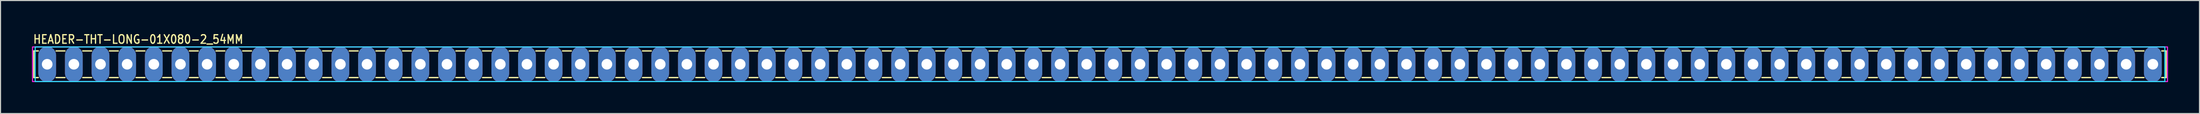
<source format=kicad_pcb>
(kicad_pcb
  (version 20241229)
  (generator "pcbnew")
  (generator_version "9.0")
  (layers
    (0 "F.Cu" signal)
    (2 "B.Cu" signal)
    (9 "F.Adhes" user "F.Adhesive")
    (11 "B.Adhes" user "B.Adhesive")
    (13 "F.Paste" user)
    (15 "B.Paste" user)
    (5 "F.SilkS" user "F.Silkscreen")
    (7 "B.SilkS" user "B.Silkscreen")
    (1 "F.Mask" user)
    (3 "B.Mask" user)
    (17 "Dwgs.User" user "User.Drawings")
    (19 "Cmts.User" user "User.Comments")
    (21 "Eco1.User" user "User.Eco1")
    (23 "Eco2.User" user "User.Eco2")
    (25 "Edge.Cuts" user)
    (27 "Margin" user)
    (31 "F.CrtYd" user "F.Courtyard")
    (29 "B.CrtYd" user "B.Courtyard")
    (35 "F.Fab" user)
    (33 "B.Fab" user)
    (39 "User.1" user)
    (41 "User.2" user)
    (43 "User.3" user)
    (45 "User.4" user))
  (footprint "HEADER-THT-LONG-01X080-2_54MM"
    (layer "F.Cu")
    (at 1.447 3.079)
    (property "Reference" "HEADER-THT-LONG-01X080-2_54MM" (at -1.4 -1.9 0) (unlocked yes) (layer "F.SilkS") (effects (font (size 0.813 0.695) (thickness 0.122)) (justify left bottom)))
    (fp_line (start -1.27 -1.27) (end -1.27 1.27) (stroke (width 0.127) (type solid)) (layer "F.SilkS"))
    (fp_line (start -1.27 1.27) (end -0.85 1.27) (stroke (width 0.127) (type solid)) (layer "F.SilkS"))
    (fp_line (start -0.85 -1.27) (end -1.27 -1.27) (stroke (width 0.127) (type solid)) (layer "F.SilkS"))
    (fp_line (start 0.85 -1.27) (end 1.69 -1.27) (stroke (width 0.127) (type solid)) (layer "F.SilkS"))
    (fp_line (start 0.85 1.27) (end 1.69 1.27) (stroke (width 0.127) (type solid)) (layer "F.SilkS"))
    (fp_line (start 3.39 -1.27) (end 4.23 -1.27) (stroke (width 0.127) (type solid)) (layer "F.SilkS"))
    (fp_line (start 3.39 1.27) (end 4.23 1.27) (stroke (width 0.127) (type solid)) (layer "F.SilkS"))
    (fp_line (start 5.93 -1.27) (end 6.77 -1.27) (stroke (width 0.127) (type solid)) (layer "F.SilkS"))
    (fp_line (start 5.93 1.27) (end 6.77 1.27) (stroke (width 0.127) (type solid)) (layer "F.SilkS"))
    (fp_line (start 8.47 -1.27) (end 9.31 -1.27) (stroke (width 0.127) (type solid)) (layer "F.SilkS"))
    (fp_line (start 8.47 1.27) (end 9.31 1.27) (stroke (width 0.127) (type solid)) (layer "F.SilkS"))
    (fp_line (start 11.01 -1.27) (end 11.85 -1.27) (stroke (width 0.127) (type solid)) (layer "F.SilkS"))
    (fp_line (start 11.01 1.27) (end 11.85 1.27) (stroke (width 0.127) (type solid)) (layer "F.SilkS"))
    (fp_line (start 13.55 -1.27) (end 14.39 -1.27) (stroke (width 0.127) (type solid)) (layer "F.SilkS"))
    (fp_line (start 13.55 1.27) (end 14.39 1.27) (stroke (width 0.127) (type solid)) (layer "F.SilkS"))
    (fp_line (start 16.09 -1.27) (end 16.93 -1.27) (stroke (width 0.127) (type solid)) (layer "F.SilkS"))
    (fp_line (start 16.09 1.27) (end 16.93 1.27) (stroke (width 0.127) (type solid)) (layer "F.SilkS"))
    (fp_line (start 18.63 -1.27) (end 19.47 -1.27) (stroke (width 0.127) (type solid)) (layer "F.SilkS"))
    (fp_line (start 18.63 1.27) (end 19.47 1.27) (stroke (width 0.127) (type solid)) (layer "F.SilkS"))
    (fp_line (start 21.17 -1.27) (end 22.01 -1.27) (stroke (width 0.127) (type solid)) (layer "F.SilkS"))
    (fp_line (start 21.17 1.27) (end 22.01 1.27) (stroke (width 0.127) (type solid)) (layer "F.SilkS"))
    (fp_line (start 23.71 -1.27) (end 24.55 -1.27) (stroke (width 0.127) (type solid)) (layer "F.SilkS"))
    (fp_line (start 23.71 1.27) (end 24.55 1.27) (stroke (width 0.127) (type solid)) (layer "F.SilkS"))
    (fp_line (start 26.25 -1.27) (end 27.09 -1.27) (stroke (width 0.127) (type solid)) (layer "F.SilkS"))
    (fp_line (start 26.25 1.27) (end 27.09 1.27) (stroke (width 0.127) (type solid)) (layer "F.SilkS"))
    (fp_line (start 28.79 -1.27) (end 29.63 -1.27) (stroke (width 0.127) (type solid)) (layer "F.SilkS"))
    (fp_line (start 28.79 1.27) (end 29.63 1.27) (stroke (width 0.127) (type solid)) (layer "F.SilkS"))
    (fp_line (start 31.33 -1.27) (end 32.17 -1.27) (stroke (width 0.127) (type solid)) (layer "F.SilkS"))
    (fp_line (start 31.33 1.27) (end 32.17 1.27) (stroke (width 0.127) (type solid)) (layer "F.SilkS"))
    (fp_line (start 33.87 -1.27) (end 34.71 -1.27) (stroke (width 0.127) (type solid)) (layer "F.SilkS"))
    (fp_line (start 33.87 1.27) (end 34.71 1.27) (stroke (width 0.127) (type solid)) (layer "F.SilkS"))
    (fp_line (start 36.41 -1.27) (end 37.25 -1.27) (stroke (width 0.127) (type solid)) (layer "F.SilkS"))
    (fp_line (start 36.41 1.27) (end 37.25 1.27) (stroke (width 0.127) (type solid)) (layer "F.SilkS"))
    (fp_line (start 38.95 -1.27) (end 39.79 -1.27) (stroke (width 0.127) (type solid)) (layer "F.SilkS"))
    (fp_line (start 38.95 1.27) (end 39.79 1.27) (stroke (width 0.127) (type solid)) (layer "F.SilkS"))
    (fp_line (start 41.49 -1.27) (end 42.33 -1.27) (stroke (width 0.127) (type solid)) (layer "F.SilkS"))
    (fp_line (start 41.49 1.27) (end 42.33 1.27) (stroke (width 0.127) (type solid)) (layer "F.SilkS"))
    (fp_line (start 44.03 -1.27) (end 44.87 -1.27) (stroke (width 0.127) (type solid)) (layer "F.SilkS"))
    (fp_line (start 44.03 1.27) (end 44.87 1.27) (stroke (width 0.127) (type solid)) (layer "F.SilkS"))
    (fp_line (start 46.57 -1.27) (end 47.41 -1.27) (stroke (width 0.127) (type solid)) (layer "F.SilkS"))
    (fp_line (start 46.57 1.27) (end 47.41 1.27) (stroke (width 0.127) (type solid)) (layer "F.SilkS"))
    (fp_line (start 49.11 -1.27) (end 49.95 -1.27) (stroke (width 0.127) (type solid)) (layer "F.SilkS"))
    (fp_line (start 49.11 1.27) (end 49.95 1.27) (stroke (width 0.127) (type solid)) (layer "F.SilkS"))
    (fp_line (start 51.65 -1.27) (end 52.49 -1.27) (stroke (width 0.127) (type solid)) (layer "F.SilkS"))
    (fp_line (start 51.65 1.27) (end 52.49 1.27) (stroke (width 0.127) (type solid)) (layer "F.SilkS"))
    (fp_line (start 54.19 -1.27) (end 55.03 -1.27) (stroke (width 0.127) (type solid)) (layer "F.SilkS"))
    (fp_line (start 54.19 1.27) (end 55.03 1.27) (stroke (width 0.127) (type solid)) (layer "F.SilkS"))
    (fp_line (start 56.73 -1.27) (end 57.57 -1.27) (stroke (width 0.127) (type solid)) (layer "F.SilkS"))
    (fp_line (start 56.73 1.27) (end 57.57 1.27) (stroke (width 0.127) (type solid)) (layer "F.SilkS"))
    (fp_line (start 59.27 -1.27) (end 60.11 -1.27) (stroke (width 0.127) (type solid)) (layer "F.SilkS"))
    (fp_line (start 59.27 1.27) (end 60.11 1.27) (stroke (width 0.127) (type solid)) (layer "F.SilkS"))
    (fp_line (start 61.81 -1.27) (end 62.65 -1.27) (stroke (width 0.127) (type solid)) (layer "F.SilkS"))
    (fp_line (start 61.81 1.27) (end 62.65 1.27) (stroke (width 0.127) (type solid)) (layer "F.SilkS"))
    (fp_line (start 64.35 -1.27) (end 65.19 -1.27) (stroke (width 0.127) (type solid)) (layer "F.SilkS"))
    (fp_line (start 64.35 1.27) (end 65.19 1.27) (stroke (width 0.127) (type solid)) (layer "F.SilkS"))
    (fp_line (start 66.89 -1.27) (end 67.73 -1.27) (stroke (width 0.127) (type solid)) (layer "F.SilkS"))
    (fp_line (start 66.89 1.27) (end 67.73 1.27) (stroke (width 0.127) (type solid)) (layer "F.SilkS"))
    (fp_line (start 69.43 -1.27) (end 70.27 -1.27) (stroke (width 0.127) (type solid)) (layer "F.SilkS"))
    (fp_line (start 69.43 1.27) (end 70.27 1.27) (stroke (width 0.127) (type solid)) (layer "F.SilkS"))
    (fp_line (start 71.97 -1.27) (end 72.81 -1.27) (stroke (width 0.127) (type solid)) (layer "F.SilkS"))
    (fp_line (start 71.97 1.27) (end 72.81 1.27) (stroke (width 0.127) (type solid)) (layer "F.SilkS"))
    (fp_line (start 74.51 -1.27) (end 75.35 -1.27) (stroke (width 0.127) (type solid)) (layer "F.SilkS"))
    (fp_line (start 74.51 1.27) (end 75.35 1.27) (stroke (width 0.127) (type solid)) (layer "F.SilkS"))
    (fp_line (start 77.05 -1.27) (end 77.89 -1.27) (stroke (width 0.127) (type solid)) (layer "F.SilkS"))
    (fp_line (start 77.05 1.27) (end 77.89 1.27) (stroke (width 0.127) (type solid)) (layer "F.SilkS"))
    (fp_line (start 79.59 -1.27) (end 80.43 -1.27) (stroke (width 0.127) (type solid)) (layer "F.SilkS"))
    (fp_line (start 79.59 1.27) (end 80.43 1.27) (stroke (width 0.127) (type solid)) (layer "F.SilkS"))
    (fp_line (start 82.13 -1.27) (end 82.97 -1.27) (stroke (width 0.127) (type solid)) (layer "F.SilkS"))
    (fp_line (start 82.13 1.27) (end 82.97 1.27) (stroke (width 0.127) (type solid)) (layer "F.SilkS"))
    (fp_line (start 84.67 -1.27) (end 85.51 -1.27) (stroke (width 0.127) (type solid)) (layer "F.SilkS"))
    (fp_line (start 84.67 1.27) (end 85.51 1.27) (stroke (width 0.127) (type solid)) (layer "F.SilkS"))
    (fp_line (start 87.21 -1.27) (end 88.05 -1.27) (stroke (width 0.127) (type solid)) (layer "F.SilkS"))
    (fp_line (start 87.21 1.27) (end 88.05 1.27) (stroke (width 0.127) (type solid)) (layer "F.SilkS"))
    (fp_line (start 89.75 -1.27) (end 90.59 -1.27) (stroke (width 0.127) (type solid)) (layer "F.SilkS"))
    (fp_line (start 89.75 1.27) (end 90.59 1.27) (stroke (width 0.127) (type solid)) (layer "F.SilkS"))
    (fp_line (start 92.29 -1.27) (end 93.13 -1.27) (stroke (width 0.127) (type solid)) (layer "F.SilkS"))
    (fp_line (start 92.29 1.27) (end 93.13 1.27) (stroke (width 0.127) (type solid)) (layer "F.SilkS"))
    (fp_line (start 94.83 -1.27) (end 95.67 -1.27) (stroke (width 0.127) (type solid)) (layer "F.SilkS"))
    (fp_line (start 94.83 1.27) (end 95.67 1.27) (stroke (width 0.127) (type solid)) (layer "F.SilkS"))
    (fp_line (start 97.37 -1.27) (end 98.21 -1.27) (stroke (width 0.127) (type solid)) (layer "F.SilkS"))
    (fp_line (start 97.37 1.27) (end 98.21 1.27) (stroke (width 0.127) (type solid)) (layer "F.SilkS"))
    (fp_line (start 99.91 -1.27) (end 100.75 -1.27) (stroke (width 0.127) (type solid)) (layer "F.SilkS"))
    (fp_line (start 99.91 1.27) (end 100.75 1.27) (stroke (width 0.127) (type solid)) (layer "F.SilkS"))
    (fp_line (start 102.45 -1.27) (end 103.29 -1.27) (stroke (width 0.127) (type solid)) (layer "F.SilkS"))
    (fp_line (start 102.45 1.27) (end 103.29 1.27) (stroke (width 0.127) (type solid)) (layer "F.SilkS"))
    (fp_line (start 104.99 -1.27) (end 105.83 -1.27) (stroke (width 0.127) (type solid)) (layer "F.SilkS"))
    (fp_line (start 104.99 1.27) (end 105.83 1.27) (stroke (width 0.127) (type solid)) (layer "F.SilkS"))
    (fp_line (start 107.53 -1.27) (end 108.37 -1.27) (stroke (width 0.127) (type solid)) (layer "F.SilkS"))
    (fp_line (start 107.53 1.27) (end 108.37 1.27) (stroke (width 0.127) (type solid)) (layer "F.SilkS"))
    (fp_line (start 110.07 -1.27) (end 110.91 -1.27) (stroke (width 0.127) (type solid)) (layer "F.SilkS"))
    (fp_line (start 110.07 1.27) (end 110.91 1.27) (stroke (width 0.127) (type solid)) (layer "F.SilkS"))
    (fp_line (start 112.61 -1.27) (end 113.45 -1.27) (stroke (width 0.127) (type solid)) (layer "F.SilkS"))
    (fp_line (start 112.61 1.27) (end 113.45 1.27) (stroke (width 0.127) (type solid)) (layer "F.SilkS"))
    (fp_line (start 115.15 -1.27) (end 115.99 -1.27) (stroke (width 0.127) (type solid)) (layer "F.SilkS"))
    (fp_line (start 115.15 1.27) (end 115.99 1.27) (stroke (width 0.127) (type solid)) (layer "F.SilkS"))
    (fp_line (start 117.69 -1.27) (end 118.53 -1.27) (stroke (width 0.127) (type solid)) (layer "F.SilkS"))
    (fp_line (start 117.69 1.27) (end 118.53 1.27) (stroke (width 0.127) (type solid)) (layer "F.SilkS"))
    (fp_line (start 120.23 -1.27) (end 121.07 -1.27) (stroke (width 0.127) (type solid)) (layer "F.SilkS"))
    (fp_line (start 120.23 1.27) (end 121.07 1.27) (stroke (width 0.127) (type solid)) (layer "F.SilkS"))
    (fp_line (start 122.77 -1.27) (end 123.61 -1.27) (stroke (width 0.127) (type solid)) (layer "F.SilkS"))
    (fp_line (start 122.77 1.27) (end 123.61 1.27) (stroke (width 0.127) (type solid)) (layer "F.SilkS"))
    (fp_line (start 125.31 -1.27) (end 126.15 -1.27) (stroke (width 0.127) (type solid)) (layer "F.SilkS"))
    (fp_line (start 125.31 1.27) (end 126.15 1.27) (stroke (width 0.127) (type solid)) (layer "F.SilkS"))
    (fp_line (start 127.85 -1.27) (end 128.69 -1.27) (stroke (width 0.127) (type solid)) (layer "F.SilkS"))
    (fp_line (start 127.85 1.27) (end 128.69 1.27) (stroke (width 0.127) (type solid)) (layer "F.SilkS"))
    (fp_line (start 130.39 -1.27) (end 131.23 -1.27) (stroke (width 0.127) (type solid)) (layer "F.SilkS"))
    (fp_line (start 130.39 1.27) (end 131.23 1.27) (stroke (width 0.127) (type solid)) (layer "F.SilkS"))
    (fp_line (start 132.93 -1.27) (end 133.77 -1.27) (stroke (width 0.127) (type solid)) (layer "F.SilkS"))
    (fp_line (start 132.93 1.27) (end 133.77 1.27) (stroke (width 0.127) (type solid)) (layer "F.SilkS"))
    (fp_line (start 135.47 -1.27) (end 136.31 -1.27) (stroke (width 0.127) (type solid)) (layer "F.SilkS"))
    (fp_line (start 135.47 1.27) (end 136.31 1.27) (stroke (width 0.127) (type solid)) (layer "F.SilkS"))
    (fp_line (start 138.01 -1.27) (end 138.85 -1.27) (stroke (width 0.127) (type solid)) (layer "F.SilkS"))
    (fp_line (start 138.01 1.27) (end 138.85 1.27) (stroke (width 0.127) (type solid)) (layer "F.SilkS"))
    (fp_line (start 140.55 -1.27) (end 141.39 -1.27) (stroke (width 0.127) (type solid)) (layer "F.SilkS"))
    (fp_line (start 140.55 1.27) (end 141.39 1.27) (stroke (width 0.127) (type solid)) (layer "F.SilkS"))
    (fp_line (start 143.09 -1.27) (end 143.93 -1.27) (stroke (width 0.127) (type solid)) (layer "F.SilkS"))
    (fp_line (start 143.09 1.27) (end 143.93 1.27) (stroke (width 0.127) (type solid)) (layer "F.SilkS"))
    (fp_line (start 145.63 -1.27) (end 146.47 -1.27) (stroke (width 0.127) (type solid)) (layer "F.SilkS"))
    (fp_line (start 145.63 1.27) (end 146.47 1.27) (stroke (width 0.127) (type solid)) (layer "F.SilkS"))
    (fp_line (start 148.17 -1.27) (end 149.01 -1.27) (stroke (width 0.127) (type solid)) (layer "F.SilkS"))
    (fp_line (start 148.17 1.27) (end 149.01 1.27) (stroke (width 0.127) (type solid)) (layer "F.SilkS"))
    (fp_line (start 150.71 -1.27) (end 151.55 -1.27) (stroke (width 0.127) (type solid)) (layer "F.SilkS"))
    (fp_line (start 150.71 1.27) (end 151.55 1.27) (stroke (width 0.127) (type solid)) (layer "F.SilkS"))
    (fp_line (start 153.25 -1.27) (end 154.09 -1.27) (stroke (width 0.127) (type solid)) (layer "F.SilkS"))
    (fp_line (start 153.25 1.27) (end 154.09 1.27) (stroke (width 0.127) (type solid)) (layer "F.SilkS"))
    (fp_line (start 155.79 -1.27) (end 156.63 -1.27) (stroke (width 0.127) (type solid)) (layer "F.SilkS"))
    (fp_line (start 155.79 1.27) (end 156.63 1.27) (stroke (width 0.127) (type solid)) (layer "F.SilkS"))
    (fp_line (start 158.33 -1.27) (end 159.17 -1.27) (stroke (width 0.127) (type solid)) (layer "F.SilkS"))
    (fp_line (start 158.33 1.27) (end 159.17 1.27) (stroke (width 0.127) (type solid)) (layer "F.SilkS"))
    (fp_line (start 160.87 -1.27) (end 161.71 -1.27) (stroke (width 0.127) (type solid)) (layer "F.SilkS"))
    (fp_line (start 160.87 1.27) (end 161.71 1.27) (stroke (width 0.127) (type solid)) (layer "F.SilkS"))
    (fp_line (start 163.41 -1.27) (end 164.25 -1.27) (stroke (width 0.127) (type solid)) (layer "F.SilkS"))
    (fp_line (start 163.41 1.27) (end 164.25 1.27) (stroke (width 0.127) (type solid)) (layer "F.SilkS"))
    (fp_line (start 165.95 -1.27) (end 166.79 -1.27) (stroke (width 0.127) (type solid)) (layer "F.SilkS"))
    (fp_line (start 165.95 1.27) (end 166.79 1.27) (stroke (width 0.127) (type solid)) (layer "F.SilkS"))
    (fp_line (start 168.49 -1.27) (end 169.33 -1.27) (stroke (width 0.127) (type solid)) (layer "F.SilkS"))
    (fp_line (start 168.49 1.27) (end 169.33 1.27) (stroke (width 0.127) (type solid)) (layer "F.SilkS"))
    (fp_line (start 171.03 -1.27) (end 171.87 -1.27) (stroke (width 0.127) (type solid)) (layer "F.SilkS"))
    (fp_line (start 171.03 1.27) (end 171.87 1.27) (stroke (width 0.127) (type solid)) (layer "F.SilkS"))
    (fp_line (start 173.57 -1.27) (end 174.41 -1.27) (stroke (width 0.127) (type solid)) (layer "F.SilkS"))
    (fp_line (start 173.57 1.27) (end 174.41 1.27) (stroke (width 0.127) (type solid)) (layer "F.SilkS"))
    (fp_line (start 176.11 -1.27) (end 176.95 -1.27) (stroke (width 0.127) (type solid)) (layer "F.SilkS"))
    (fp_line (start 176.11 1.27) (end 176.95 1.27) (stroke (width 0.127) (type solid)) (layer "F.SilkS"))
    (fp_line (start 178.65 -1.27) (end 179.49 -1.27) (stroke (width 0.127) (type solid)) (layer "F.SilkS"))
    (fp_line (start 178.65 1.27) (end 179.49 1.27) (stroke (width 0.127) (type solid)) (layer "F.SilkS"))
    (fp_line (start 181.19 -1.27) (end 182.03 -1.27) (stroke (width 0.127) (type solid)) (layer "F.SilkS"))
    (fp_line (start 181.19 1.27) (end 182.03 1.27) (stroke (width 0.127) (type solid)) (layer "F.SilkS"))
    (fp_line (start 183.73 -1.27) (end 184.57 -1.27) (stroke (width 0.127) (type solid)) (layer "F.SilkS"))
    (fp_line (start 183.73 1.27) (end 184.57 1.27) (stroke (width 0.127) (type solid)) (layer "F.SilkS"))
    (fp_line (start 186.27 -1.27) (end 187.11 -1.27) (stroke (width 0.127) (type solid)) (layer "F.SilkS"))
    (fp_line (start 186.27 1.27) (end 187.11 1.27) (stroke (width 0.127) (type solid)) (layer "F.SilkS"))
    (fp_line (start 188.81 -1.27) (end 189.65 -1.27) (stroke (width 0.127) (type solid)) (layer "F.SilkS"))
    (fp_line (start 188.81 1.27) (end 189.65 1.27) (stroke (width 0.127) (type solid)) (layer "F.SilkS"))
    (fp_line (start 191.35 -1.27) (end 192.19 -1.27) (stroke (width 0.127) (type solid)) (layer "F.SilkS"))
    (fp_line (start 191.35 1.27) (end 192.19 1.27) (stroke (width 0.127) (type solid)) (layer "F.SilkS"))
    (fp_line (start 193.89 -1.27) (end 194.73 -1.27) (stroke (width 0.127) (type solid)) (layer "F.SilkS"))
    (fp_line (start 193.89 1.27) (end 194.73 1.27) (stroke (width 0.127) (type solid)) (layer "F.SilkS"))
    (fp_line (start 196.43 -1.27) (end 197.27 -1.27) (stroke (width 0.127) (type solid)) (layer "F.SilkS"))
    (fp_line (start 196.43 1.27) (end 197.27 1.27) (stroke (width 0.127) (type solid)) (layer "F.SilkS"))
    (fp_line (start 198.97 -1.27) (end 199.81 -1.27) (stroke (width 0.127) (type solid)) (layer "F.SilkS"))
    (fp_line (start 198.97 1.27) (end 199.81 1.27) (stroke (width 0.127) (type solid)) (layer "F.SilkS"))
    (fp_line (start 201.51 -1.27) (end 201.93 -1.27) (stroke (width 0.127) (type solid)) (layer "F.SilkS"))
    (fp_line (start 201.93 -1.27) (end 201.93 1.27) (stroke (width 0.127) (type solid)) (layer "F.SilkS"))
    (fp_line (start 201.93 1.27) (end 201.51 1.27) (stroke (width 0.127) (type solid)) (layer "F.SilkS"))
    (fp_poly (pts (xy -1.143 -1.651) (xy 201.803 -1.651) (xy 201.803 1.651) (xy -1.143 1.651)) (stroke (width 0.1) (type solid)) (fill no) (layer "B.CrtYd"))
    (fp_poly (pts (xy -1.397 -1.651) (xy 202.057 -1.651) (xy 202.057 1.651) (xy -1.397 1.651)) (stroke (width 0.1) (type solid)) (fill no) (layer "F.CrtYd"))
    (pad "1" thru_hole oval (at 0 0 90) (size 3.387 1.693) (drill 1.016) (layers "*.Cu" "*.Mask"))
    (pad "2" thru_hole oval (at 2.54 0 90) (size 3.387 1.693) (drill 1.016) (layers "*.Cu" "*.Mask"))
    (pad "3" thru_hole oval (at 5.08 0 90) (size 3.387 1.693) (drill 1.016) (layers "*.Cu" "*.Mask"))
    (pad "4" thru_hole oval (at 7.62 0 90) (size 3.387 1.693) (drill 1.016) (layers "*.Cu" "*.Mask"))
    (pad "5" thru_hole oval (at 10.16 0 90) (size 3.387 1.693) (drill 1.016) (layers "*.Cu" "*.Mask"))
    (pad "6" thru_hole oval (at 12.7 0 90) (size 3.387 1.693) (drill 1.016) (layers "*.Cu" "*.Mask"))
    (pad "7" thru_hole oval (at 15.24 0 90) (size 3.387 1.693) (drill 1.016) (layers "*.Cu" "*.Mask"))
    (pad "8" thru_hole oval (at 17.78 0 90) (size 3.387 1.693) (drill 1.016) (layers "*.Cu" "*.Mask"))
    (pad "9" thru_hole oval (at 20.32 0 90) (size 3.387 1.693) (drill 1.016) (layers "*.Cu" "*.Mask"))
    (pad "10" thru_hole oval (at 22.86 0 90) (size 3.387 1.693) (drill 1.016) (layers "*.Cu" "*.Mask"))
    (pad "11" thru_hole oval (at 25.4 0 90) (size 3.387 1.693) (drill 1.016) (layers "*.Cu" "*.Mask"))
    (pad "12" thru_hole oval (at 27.94 0 90) (size 3.387 1.693) (drill 1.016) (layers "*.Cu" "*.Mask"))
    (pad "13" thru_hole oval (at 30.48 0 90) (size 3.387 1.693) (drill 1.016) (layers "*.Cu" "*.Mask"))
    (pad "14" thru_hole oval (at 33.02 0 90) (size 3.387 1.693) (drill 1.016) (layers "*.Cu" "*.Mask"))
    (pad "15" thru_hole oval (at 35.56 0 90) (size 3.387 1.693) (drill 1.016) (layers "*.Cu" "*.Mask"))
    (pad "16" thru_hole oval (at 38.1 0 90) (size 3.387 1.693) (drill 1.016) (layers "*.Cu" "*.Mask"))
    (pad "17" thru_hole oval (at 40.64 0 90) (size 3.387 1.693) (drill 1.016) (layers "*.Cu" "*.Mask"))
    (pad "18" thru_hole oval (at 43.18 0 90) (size 3.387 1.693) (drill 1.016) (layers "*.Cu" "*.Mask"))
    (pad "19" thru_hole oval (at 45.72 0 90) (size 3.387 1.693) (drill 1.016) (layers "*.Cu" "*.Mask"))
    (pad "20" thru_hole oval (at 48.26 0 90) (size 3.387 1.693) (drill 1.016) (layers "*.Cu" "*.Mask"))
    (pad "21" thru_hole oval (at 50.8 0 90) (size 3.387 1.693) (drill 1.016) (layers "*.Cu" "*.Mask"))
    (pad "22" thru_hole oval (at 53.34 0 90) (size 3.387 1.693) (drill 1.016) (layers "*.Cu" "*.Mask"))
    (pad "23" thru_hole oval (at 55.88 0 90) (size 3.387 1.693) (drill 1.016) (layers "*.Cu" "*.Mask"))
    (pad "24" thru_hole oval (at 58.42 0 90) (size 3.387 1.693) (drill 1.016) (layers "*.Cu" "*.Mask"))
    (pad "25" thru_hole oval (at 60.96 0 90) (size 3.387 1.693) (drill 1.016) (layers "*.Cu" "*.Mask"))
    (pad "26" thru_hole oval (at 63.5 0 90) (size 3.387 1.693) (drill 1.016) (layers "*.Cu" "*.Mask"))
    (pad "27" thru_hole oval (at 66.04 0 90) (size 3.387 1.693) (drill 1.016) (layers "*.Cu" "*.Mask"))
    (pad "28" thru_hole oval (at 68.58 0 90) (size 3.387 1.693) (drill 1.016) (layers "*.Cu" "*.Mask"))
    (pad "29" thru_hole oval (at 71.12 0 90) (size 3.387 1.693) (drill 1.016) (layers "*.Cu" "*.Mask"))
    (pad "30" thru_hole oval (at 73.66 0 90) (size 3.387 1.693) (drill 1.016) (layers "*.Cu" "*.Mask"))
    (pad "31" thru_hole oval (at 76.2 0 90) (size 3.387 1.693) (drill 1.016) (layers "*.Cu" "*.Mask"))
    (pad "32" thru_hole oval (at 78.74 0 90) (size 3.387 1.693) (drill 1.016) (layers "*.Cu" "*.Mask"))
    (pad "33" thru_hole oval (at 81.28 0 90) (size 3.387 1.693) (drill 1.016) (layers "*.Cu" "*.Mask"))
    (pad "34" thru_hole oval (at 83.82 0 90) (size 3.387 1.693) (drill 1.016) (layers "*.Cu" "*.Mask"))
    (pad "35" thru_hole oval (at 86.36 0 90) (size 3.387 1.693) (drill 1.016) (layers "*.Cu" "*.Mask"))
    (pad "36" thru_hole oval (at 88.9 0 90) (size 3.387 1.693) (drill 1.016) (layers "*.Cu" "*.Mask"))
    (pad "37" thru_hole oval (at 91.44 0 90) (size 3.387 1.693) (drill 1.016) (layers "*.Cu" "*.Mask"))
    (pad "38" thru_hole oval (at 93.98 0 90) (size 3.387 1.693) (drill 1.016) (layers "*.Cu" "*.Mask"))
    (pad "39" thru_hole oval (at 96.52 0 90) (size 3.387 1.693) (drill 1.016) (layers "*.Cu" "*.Mask"))
    (pad "40" thru_hole oval (at 99.06 0 90) (size 3.387 1.693) (drill 1.016) (layers "*.Cu" "*.Mask"))
    (pad "41" thru_hole oval (at 101.6 0 90) (size 3.387 1.693) (drill 1.016) (layers "*.Cu" "*.Mask"))
    (pad "42" thru_hole oval (at 104.14 0 90) (size 3.387 1.693) (drill 1.016) (layers "*.Cu" "*.Mask"))
    (pad "43" thru_hole oval (at 106.68 0 90) (size 3.387 1.693) (drill 1.016) (layers "*.Cu" "*.Mask"))
    (pad "44" thru_hole oval (at 109.22 0 90) (size 3.387 1.693) (drill 1.016) (layers "*.Cu" "*.Mask"))
    (pad "45" thru_hole oval (at 111.76 0 90) (size 3.387 1.693) (drill 1.016) (layers "*.Cu" "*.Mask"))
    (pad "46" thru_hole oval (at 114.3 0 90) (size 3.387 1.693) (drill 1.016) (layers "*.Cu" "*.Mask"))
    (pad "47" thru_hole oval (at 116.84 0 90) (size 3.387 1.693) (drill 1.016) (layers "*.Cu" "*.Mask"))
    (pad "48" thru_hole oval (at 119.38 0 90) (size 3.387 1.693) (drill 1.016) (layers "*.Cu" "*.Mask"))
    (pad "49" thru_hole oval (at 121.92 0 90) (size 3.387 1.693) (drill 1.016) (layers "*.Cu" "*.Mask"))
    (pad "50" thru_hole oval (at 124.46 0 90) (size 3.387 1.693) (drill 1.016) (layers "*.Cu" "*.Mask"))
    (pad "51" thru_hole oval (at 127 0 90) (size 3.387 1.693) (drill 1.016) (layers "*.Cu" "*.Mask"))
    (pad "52" thru_hole oval (at 129.54 0 90) (size 3.387 1.693) (drill 1.016) (layers "*.Cu" "*.Mask"))
    (pad "53" thru_hole oval (at 132.08 0 90) (size 3.387 1.693) (drill 1.016) (layers "*.Cu" "*.Mask"))
    (pad "54" thru_hole oval (at 134.62 0 90) (size 3.387 1.693) (drill 1.016) (layers "*.Cu" "*.Mask"))
    (pad "55" thru_hole oval (at 137.16 0 90) (size 3.387 1.693) (drill 1.016) (layers "*.Cu" "*.Mask"))
    (pad "56" thru_hole oval (at 139.7 0 90) (size 3.387 1.693) (drill 1.016) (layers "*.Cu" "*.Mask"))
    (pad "57" thru_hole oval (at 142.24 0 90) (size 3.387 1.693) (drill 1.016) (layers "*.Cu" "*.Mask"))
    (pad "58" thru_hole oval (at 144.78 0 90) (size 3.387 1.693) (drill 1.016) (layers "*.Cu" "*.Mask"))
    (pad "59" thru_hole oval (at 147.32 0 90) (size 3.387 1.693) (drill 1.016) (layers "*.Cu" "*.Mask"))
    (pad "60" thru_hole oval (at 149.86 0 90) (size 3.387 1.693) (drill 1.016) (layers "*.Cu" "*.Mask"))
    (pad "61" thru_hole oval (at 152.4 0 90) (size 3.387 1.693) (drill 1.016) (layers "*.Cu" "*.Mask"))
    (pad "62" thru_hole oval (at 154.94 0 90) (size 3.387 1.693) (drill 1.016) (layers "*.Cu" "*.Mask"))
    (pad "63" thru_hole oval (at 157.48 0 90) (size 3.387 1.693) (drill 1.016) (layers "*.Cu" "*.Mask"))
    (pad "64" thru_hole oval (at 160.02 0 90) (size 3.387 1.693) (drill 1.016) (layers "*.Cu" "*.Mask"))
    (pad "65" thru_hole oval (at 162.56 0 90) (size 3.387 1.693) (drill 1.016) (layers "*.Cu" "*.Mask"))
    (pad "66" thru_hole oval (at 165.1 0 90) (size 3.387 1.693) (drill 1.016) (layers "*.Cu" "*.Mask"))
    (pad "67" thru_hole oval (at 167.64 0 90) (size 3.387 1.693) (drill 1.016) (layers "*.Cu" "*.Mask"))
    (pad "68" thru_hole oval (at 170.18 0 90) (size 3.387 1.693) (drill 1.016) (layers "*.Cu" "*.Mask"))
    (pad "69" thru_hole oval (at 172.72 0 90) (size 3.387 1.693) (drill 1.016) (layers "*.Cu" "*.Mask"))
    (pad "70" thru_hole oval (at 175.26 0 90) (size 3.387 1.693) (drill 1.016) (layers "*.Cu" "*.Mask"))
    (pad "71" thru_hole oval (at 177.8 0 90) (size 3.387 1.693) (drill 1.016) (layers "*.Cu" "*.Mask"))
    (pad "72" thru_hole oval (at 180.34 0 90) (size 3.387 1.693) (drill 1.016) (layers "*.Cu" "*.Mask"))
    (pad "73" thru_hole oval (at 182.88 0 90) (size 3.387 1.693) (drill 1.016) (layers "*.Cu" "*.Mask"))
    (pad "74" thru_hole oval (at 185.42 0 90) (size 3.387 1.693) (drill 1.016) (layers "*.Cu" "*.Mask"))
    (pad "75" thru_hole oval (at 187.96 0 90) (size 3.387 1.693) (drill 1.016) (layers "*.Cu" "*.Mask"))
    (pad "76" thru_hole oval (at 190.5 0 90) (size 3.387 1.693) (drill 1.016) (layers "*.Cu" "*.Mask"))
    (pad "77" thru_hole oval (at 193.04 0 90) (size 3.387 1.693) (drill 1.016) (layers "*.Cu" "*.Mask"))
    (pad "78" thru_hole oval (at 195.58 0 90) (size 3.387 1.693) (drill 1.016) (layers "*.Cu" "*.Mask"))
    (pad "79" thru_hole oval (at 198.12 0 90) (size 3.387 1.693) (drill 1.016) (layers "*.Cu" "*.Mask"))
    (pad "80" thru_hole oval (at 200.66 0 90) (size 3.387 1.693) (drill 1.016) (layers "*.Cu" "*.Mask")))
  (gr_rect
    (start -3 -3)
    (end 206.554 7.78)
    (stroke (width 0.1) (type default))
    (fill no)
    (layer "Edge.Cuts")))
</source>
